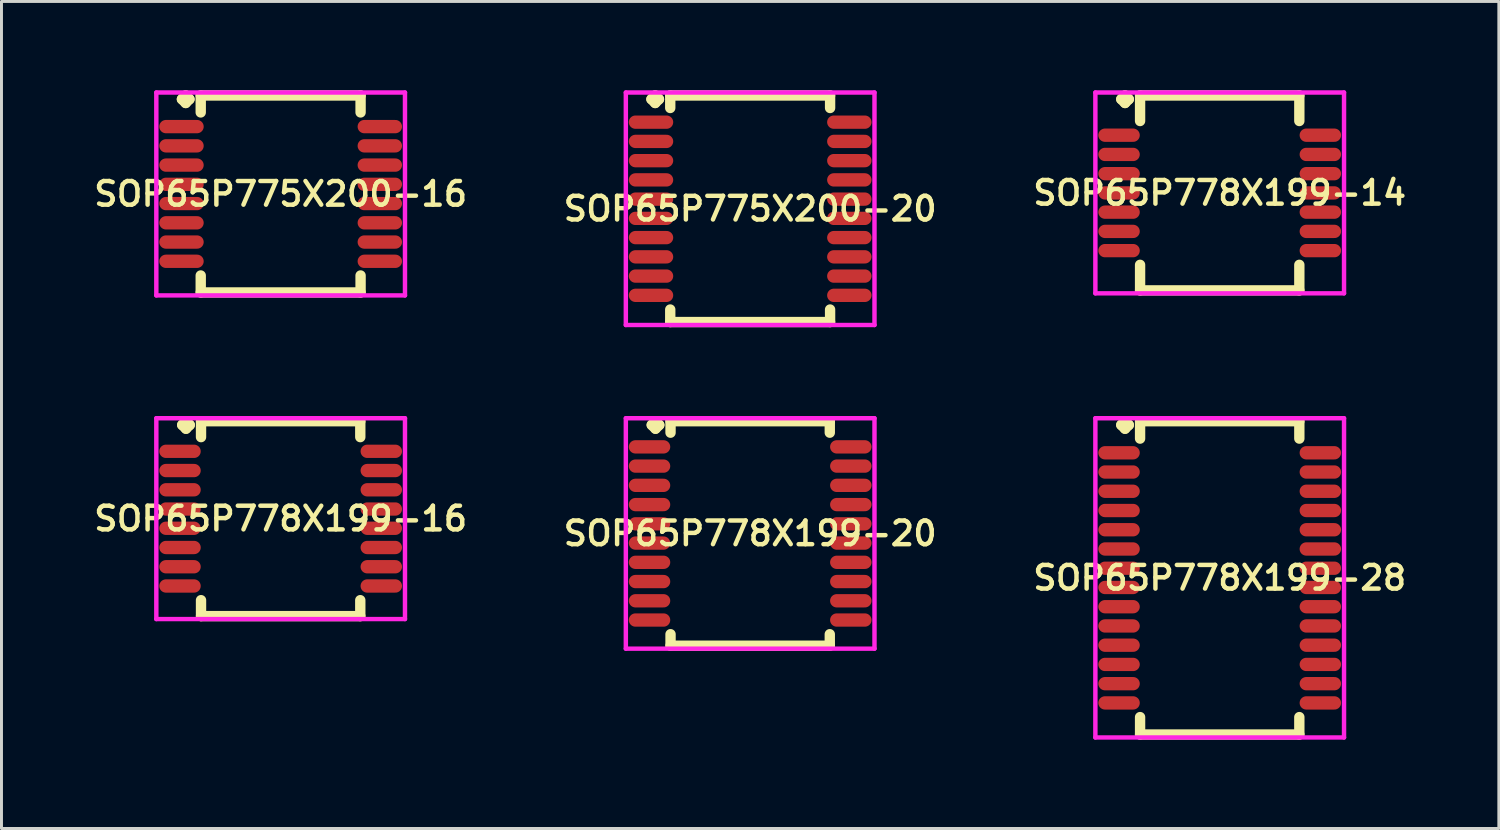
<source format=kicad_pcb>
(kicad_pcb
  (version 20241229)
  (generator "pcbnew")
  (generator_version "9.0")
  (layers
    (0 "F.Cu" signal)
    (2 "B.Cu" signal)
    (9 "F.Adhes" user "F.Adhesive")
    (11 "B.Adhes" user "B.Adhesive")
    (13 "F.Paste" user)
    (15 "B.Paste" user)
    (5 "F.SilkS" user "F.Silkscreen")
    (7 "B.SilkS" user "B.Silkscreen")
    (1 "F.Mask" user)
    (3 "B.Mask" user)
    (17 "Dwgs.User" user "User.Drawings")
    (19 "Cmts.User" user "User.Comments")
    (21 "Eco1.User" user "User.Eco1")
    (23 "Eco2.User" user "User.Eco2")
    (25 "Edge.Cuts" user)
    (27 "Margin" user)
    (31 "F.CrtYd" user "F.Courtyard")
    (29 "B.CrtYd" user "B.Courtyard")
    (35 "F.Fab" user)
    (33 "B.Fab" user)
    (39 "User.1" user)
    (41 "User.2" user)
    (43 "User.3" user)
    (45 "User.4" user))
  (footprint "SOP65P775X200-16"
    (layer "F.Cu")
    (at 6.431 3.502)
    (property "Reference" "SOP65P775X200-16" (at 0 0 0) (layer "F.SilkS") (effects (font (size 0.8 0.8) (thickness 0.15))))
    (attr smd)
    (fp_line (start -3.335 -3.2) (end -3.208 -3.327) (stroke (width 0.35) (type solid)) (layer "F.SilkS"))
    (fp_line (start -3.208 -3.327) (end -3.081 -3.2) (stroke (width 0.35) (type solid)) (layer "F.SilkS"))
    (fp_line (start -3.208 -3.073) (end -3.335 -3.2) (stroke (width 0.35) (type solid)) (layer "F.SilkS"))
    (fp_line (start -3.081 -3.2) (end -3.208 -3.073) (stroke (width 0.35) (type solid)) (layer "F.SilkS"))
    (fp_line (start -2.7 -3.327) (end 2.7 -3.327) (stroke (width 0.35) (type solid)) (layer "F.SilkS"))
    (fp_line (start -2.7 -2.754) (end -2.7 -3.327) (stroke (width 0.35) (type solid)) (layer "F.SilkS"))
    (fp_line (start -2.7 2.754) (end -2.7 3.327) (stroke (width 0.35) (type solid)) (layer "F.SilkS"))
    (fp_line (start -2.7 3.327) (end 2.7 3.327) (stroke (width 0.35) (type solid)) (layer "F.SilkS"))
    (fp_line (start 2.7 -3.327) (end 2.7 -2.754) (stroke (width 0.35) (type solid)) (layer "F.SilkS"))
    (fp_line (start 2.7 3.327) (end 2.7 2.754) (stroke (width 0.35) (type solid)) (layer "F.SilkS"))
    (fp_line (start -4.2 -3.427) (end 4.2 -3.427) (stroke (width 0.15) (type solid)) (layer "F.CrtYd"))
    (fp_line (start -4.2 3.427) (end -4.2 -3.427) (stroke (width 0.15) (type solid)) (layer "F.CrtYd"))
    (fp_line (start 4.2 -3.427) (end 4.2 3.427) (stroke (width 0.15) (type solid)) (layer "F.CrtYd"))
    (fp_line (start 4.2 3.427) (end -4.2 3.427) (stroke (width 0.15) (type solid)) (layer "F.CrtYd"))
    (pad "1" smd oval (at -3.35 -2.275) (size 1.5 0.45) (layers "F.Cu" "F.Mask" "F.Paste"))
    (pad "2" smd oval (at -3.35 -1.625) (size 1.5 0.45) (layers "F.Cu" "F.Mask" "F.Paste"))
    (pad "3" smd oval (at -3.35 -0.975) (size 1.5 0.45) (layers "F.Cu" "F.Mask" "F.Paste"))
    (pad "4" smd oval (at -3.35 -0.325) (size 1.5 0.45) (layers "F.Cu" "F.Mask" "F.Paste"))
    (pad "5" smd oval (at -3.35 0.325) (size 1.5 0.45) (layers "F.Cu" "F.Mask" "F.Paste"))
    (pad "6" smd oval (at -3.35 0.975) (size 1.5 0.45) (layers "F.Cu" "F.Mask" "F.Paste"))
    (pad "7" smd oval (at -3.35 1.625) (size 1.5 0.45) (layers "F.Cu" "F.Mask" "F.Paste"))
    (pad "8" smd oval (at -3.35 2.275) (size 1.5 0.45) (layers "F.Cu" "F.Mask" "F.Paste"))
    (pad "9" smd oval (at 3.35 2.275) (size 1.5 0.45) (layers "F.Cu" "F.Mask" "F.Paste"))
    (pad "10" smd oval (at 3.35 1.625) (size 1.5 0.45) (layers "F.Cu" "F.Mask" "F.Paste"))
    (pad "11" smd oval (at 3.35 0.975) (size 1.5 0.45) (layers "F.Cu" "F.Mask" "F.Paste"))
    (pad "12" smd oval (at 3.35 0.325) (size 1.5 0.45) (layers "F.Cu" "F.Mask" "F.Paste"))
    (pad "13" smd oval (at 3.35 -0.325) (size 1.5 0.45) (layers "F.Cu" "F.Mask" "F.Paste"))
    (pad "14" smd oval (at 3.35 -0.975) (size 1.5 0.45) (layers "F.Cu" "F.Mask" "F.Paste"))
    (pad "15" smd oval (at 3.35 -1.625) (size 1.5 0.45) (layers "F.Cu" "F.Mask" "F.Paste"))
    (pad "16" smd oval (at 3.35 -2.275) (size 1.5 0.45) (layers "F.Cu" "F.Mask" "F.Paste")))
  (footprint "SOP65P778X199-20"
    (layer "F.Cu")
    (at 22.292 14.971)
    (property "Reference" "SOP65P778X199-20" (at 0 0 0) (layer "F.SilkS") (effects (font (size 0.8 0.8) (thickness 0.15))))
    (attr smd)
    (fp_line (start -3.325 -3.665) (end -3.198 -3.792) (stroke (width 0.35) (type solid)) (layer "F.SilkS"))
    (fp_line (start -3.198 -3.792) (end -3.071 -3.665) (stroke (width 0.35) (type solid)) (layer "F.SilkS"))
    (fp_line (start -3.198 -3.538) (end -3.325 -3.665) (stroke (width 0.35) (type solid)) (layer "F.SilkS"))
    (fp_line (start -3.071 -3.665) (end -3.198 -3.538) (stroke (width 0.35) (type solid)) (layer "F.SilkS"))
    (fp_line (start -2.69 -3.792) (end 2.69 -3.792) (stroke (width 0.35) (type solid)) (layer "F.SilkS"))
    (fp_line (start -2.69 -3.404) (end -2.69 -3.792) (stroke (width 0.35) (type solid)) (layer "F.SilkS"))
    (fp_line (start -2.69 3.404) (end -2.69 3.792) (stroke (width 0.35) (type solid)) (layer "F.SilkS"))
    (fp_line (start -2.69 3.792) (end 2.69 3.792) (stroke (width 0.35) (type solid)) (layer "F.SilkS"))
    (fp_line (start 2.69 -3.792) (end 2.69 -3.404) (stroke (width 0.35) (type solid)) (layer "F.SilkS"))
    (fp_line (start 2.69 3.792) (end 2.69 3.404) (stroke (width 0.35) (type solid)) (layer "F.SilkS"))
    (fp_line (start -4.2 -3.892) (end 4.2 -3.892) (stroke (width 0.15) (type solid)) (layer "F.CrtYd"))
    (fp_line (start -4.2 3.892) (end -4.2 -3.892) (stroke (width 0.15) (type solid)) (layer "F.CrtYd"))
    (fp_line (start 4.2 -3.892) (end 4.2 3.892) (stroke (width 0.15) (type solid)) (layer "F.CrtYd"))
    (fp_line (start 4.2 3.892) (end -4.2 3.892) (stroke (width 0.15) (type solid)) (layer "F.CrtYd"))
    (pad "1" smd oval (at -3.4 -2.925) (size 1.4 0.45) (layers "F.Cu" "F.Mask" "F.Paste"))
    (pad "2" smd oval (at -3.4 -2.275) (size 1.4 0.45) (layers "F.Cu" "F.Mask" "F.Paste"))
    (pad "3" smd oval (at -3.4 -1.625) (size 1.4 0.45) (layers "F.Cu" "F.Mask" "F.Paste"))
    (pad "4" smd oval (at -3.4 -0.975) (size 1.4 0.45) (layers "F.Cu" "F.Mask" "F.Paste"))
    (pad "5" smd oval (at -3.4 -0.325) (size 1.4 0.45) (layers "F.Cu" "F.Mask" "F.Paste"))
    (pad "6" smd oval (at -3.4 0.325) (size 1.4 0.45) (layers "F.Cu" "F.Mask" "F.Paste"))
    (pad "7" smd oval (at -3.4 0.975) (size 1.4 0.45) (layers "F.Cu" "F.Mask" "F.Paste"))
    (pad "8" smd oval (at -3.4 1.625) (size 1.4 0.45) (layers "F.Cu" "F.Mask" "F.Paste"))
    (pad "9" smd oval (at -3.4 2.275) (size 1.4 0.45) (layers "F.Cu" "F.Mask" "F.Paste"))
    (pad "10" smd oval (at -3.4 2.925) (size 1.4 0.45) (layers "F.Cu" "F.Mask" "F.Paste"))
    (pad "11" smd oval (at 3.4 2.925) (size 1.4 0.45) (layers "F.Cu" "F.Mask" "F.Paste"))
    (pad "12" smd oval (at 3.4 2.275) (size 1.4 0.45) (layers "F.Cu" "F.Mask" "F.Paste"))
    (pad "13" smd oval (at 3.4 1.625) (size 1.4 0.45) (layers "F.Cu" "F.Mask" "F.Paste"))
    (pad "14" smd oval (at 3.4 0.975) (size 1.4 0.45) (layers "F.Cu" "F.Mask" "F.Paste"))
    (pad "15" smd oval (at 3.4 0.325) (size 1.4 0.45) (layers "F.Cu" "F.Mask" "F.Paste"))
    (pad "16" smd oval (at 3.4 -0.325) (size 1.4 0.45) (layers "F.Cu" "F.Mask" "F.Paste"))
    (pad "17" smd oval (at 3.4 -0.975) (size 1.4 0.45) (layers "F.Cu" "F.Mask" "F.Paste"))
    (pad "18" smd oval (at 3.4 -1.625) (size 1.4 0.45) (layers "F.Cu" "F.Mask" "F.Paste"))
    (pad "19" smd oval (at 3.4 -2.275) (size 1.4 0.45) (layers "F.Cu" "F.Mask" "F.Paste"))
    (pad "20" smd oval (at 3.4 -2.925) (size 1.4 0.45) (layers "F.Cu" "F.Mask" "F.Paste")))
  (footprint "SOP65P778X199-16"
    (layer "F.Cu")
    (at 6.431 14.471)
    (property "Reference" "SOP65P778X199-16" (at 0 0 0) (layer "F.SilkS") (effects (font (size 0.8 0.8) (thickness 0.15))))
    (attr smd)
    (fp_line (start -3.325 -3.165) (end -3.198 -3.292) (stroke (width 0.35) (type solid)) (layer "F.SilkS"))
    (fp_line (start -3.198 -3.292) (end -3.071 -3.165) (stroke (width 0.35) (type solid)) (layer "F.SilkS"))
    (fp_line (start -3.198 -3.038) (end -3.325 -3.165) (stroke (width 0.35) (type solid)) (layer "F.SilkS"))
    (fp_line (start -3.071 -3.165) (end -3.198 -3.038) (stroke (width 0.35) (type solid)) (layer "F.SilkS"))
    (fp_line (start -2.69 -3.292) (end 2.69 -3.292) (stroke (width 0.35) (type solid)) (layer "F.SilkS"))
    (fp_line (start -2.69 -2.754) (end -2.69 -3.292) (stroke (width 0.35) (type solid)) (layer "F.SilkS"))
    (fp_line (start -2.69 2.754) (end -2.69 3.292) (stroke (width 0.35) (type solid)) (layer "F.SilkS"))
    (fp_line (start -2.69 3.292) (end 2.69 3.292) (stroke (width 0.35) (type solid)) (layer "F.SilkS"))
    (fp_line (start 2.69 -3.292) (end 2.69 -2.754) (stroke (width 0.35) (type solid)) (layer "F.SilkS"))
    (fp_line (start 2.69 3.292) (end 2.69 2.754) (stroke (width 0.35) (type solid)) (layer "F.SilkS"))
    (fp_line (start -4.2 -3.392) (end 4.2 -3.392) (stroke (width 0.15) (type solid)) (layer "F.CrtYd"))
    (fp_line (start -4.2 3.392) (end -4.2 -3.392) (stroke (width 0.15) (type solid)) (layer "F.CrtYd"))
    (fp_line (start 4.2 -3.392) (end 4.2 3.392) (stroke (width 0.15) (type solid)) (layer "F.CrtYd"))
    (fp_line (start 4.2 3.392) (end -4.2 3.392) (stroke (width 0.15) (type solid)) (layer "F.CrtYd"))
    (pad "1" smd oval (at -3.4 -2.275) (size 1.4 0.45) (layers "F.Cu" "F.Mask" "F.Paste"))
    (pad "2" smd oval (at -3.4 -1.625) (size 1.4 0.45) (layers "F.Cu" "F.Mask" "F.Paste"))
    (pad "3" smd oval (at -3.4 -0.975) (size 1.4 0.45) (layers "F.Cu" "F.Mask" "F.Paste"))
    (pad "4" smd oval (at -3.4 -0.325) (size 1.4 0.45) (layers "F.Cu" "F.Mask" "F.Paste"))
    (pad "5" smd oval (at -3.4 0.325) (size 1.4 0.45) (layers "F.Cu" "F.Mask" "F.Paste"))
    (pad "6" smd oval (at -3.4 0.975) (size 1.4 0.45) (layers "F.Cu" "F.Mask" "F.Paste"))
    (pad "7" smd oval (at -3.4 1.625) (size 1.4 0.45) (layers "F.Cu" "F.Mask" "F.Paste"))
    (pad "8" smd oval (at -3.4 2.275) (size 1.4 0.45) (layers "F.Cu" "F.Mask" "F.Paste"))
    (pad "9" smd oval (at 3.4 2.275) (size 1.4 0.45) (layers "F.Cu" "F.Mask" "F.Paste"))
    (pad "10" smd oval (at 3.4 1.625) (size 1.4 0.45) (layers "F.Cu" "F.Mask" "F.Paste"))
    (pad "11" smd oval (at 3.4 0.975) (size 1.4 0.45) (layers "F.Cu" "F.Mask" "F.Paste"))
    (pad "12" smd oval (at 3.4 0.325) (size 1.4 0.45) (layers "F.Cu" "F.Mask" "F.Paste"))
    (pad "13" smd oval (at 3.4 -0.325) (size 1.4 0.45) (layers "F.Cu" "F.Mask" "F.Paste"))
    (pad "14" smd oval (at 3.4 -0.975) (size 1.4 0.45) (layers "F.Cu" "F.Mask" "F.Paste"))
    (pad "15" smd oval (at 3.4 -1.625) (size 1.4 0.45) (layers "F.Cu" "F.Mask" "F.Paste"))
    (pad "16" smd oval (at 3.4 -2.275) (size 1.4 0.45) (layers "F.Cu" "F.Mask" "F.Paste")))
  (footprint "SOP65P775X200-20"
    (layer "F.Cu")
    (at 22.292 4.002)
    (property "Reference" "SOP65P775X200-20" (at 0 0 0) (layer "F.SilkS") (effects (font (size 0.8 0.8) (thickness 0.15))))
    (attr smd)
    (fp_line (start -3.335 -3.7) (end -3.208 -3.827) (stroke (width 0.35) (type solid)) (layer "F.SilkS"))
    (fp_line (start -3.208 -3.827) (end -3.081 -3.7) (stroke (width 0.35) (type solid)) (layer "F.SilkS"))
    (fp_line (start -3.208 -3.573) (end -3.335 -3.7) (stroke (width 0.35) (type solid)) (layer "F.SilkS"))
    (fp_line (start -3.081 -3.7) (end -3.208 -3.573) (stroke (width 0.35) (type solid)) (layer "F.SilkS"))
    (fp_line (start -2.7 -3.827) (end 2.7 -3.827) (stroke (width 0.35) (type solid)) (layer "F.SilkS"))
    (fp_line (start -2.7 -3.404) (end -2.7 -3.827) (stroke (width 0.35) (type solid)) (layer "F.SilkS"))
    (fp_line (start -2.7 3.404) (end -2.7 3.827) (stroke (width 0.35) (type solid)) (layer "F.SilkS"))
    (fp_line (start -2.7 3.827) (end 2.7 3.827) (stroke (width 0.35) (type solid)) (layer "F.SilkS"))
    (fp_line (start 2.7 -3.827) (end 2.7 -3.404) (stroke (width 0.35) (type solid)) (layer "F.SilkS"))
    (fp_line (start 2.7 3.827) (end 2.7 3.404) (stroke (width 0.35) (type solid)) (layer "F.SilkS"))
    (fp_line (start -4.2 -3.927) (end 4.2 -3.927) (stroke (width 0.15) (type solid)) (layer "F.CrtYd"))
    (fp_line (start -4.2 3.927) (end -4.2 -3.927) (stroke (width 0.15) (type solid)) (layer "F.CrtYd"))
    (fp_line (start 4.2 -3.927) (end 4.2 3.927) (stroke (width 0.15) (type solid)) (layer "F.CrtYd"))
    (fp_line (start 4.2 3.927) (end -4.2 3.927) (stroke (width 0.15) (type solid)) (layer "F.CrtYd"))
    (pad "1" smd oval (at -3.35 -2.925) (size 1.5 0.45) (layers "F.Cu" "F.Mask" "F.Paste"))
    (pad "2" smd oval (at -3.35 -2.275) (size 1.5 0.45) (layers "F.Cu" "F.Mask" "F.Paste"))
    (pad "3" smd oval (at -3.35 -1.625) (size 1.5 0.45) (layers "F.Cu" "F.Mask" "F.Paste"))
    (pad "4" smd oval (at -3.35 -0.975) (size 1.5 0.45) (layers "F.Cu" "F.Mask" "F.Paste"))
    (pad "5" smd oval (at -3.35 -0.325) (size 1.5 0.45) (layers "F.Cu" "F.Mask" "F.Paste"))
    (pad "6" smd oval (at -3.35 0.325) (size 1.5 0.45) (layers "F.Cu" "F.Mask" "F.Paste"))
    (pad "7" smd oval (at -3.35 0.975) (size 1.5 0.45) (layers "F.Cu" "F.Mask" "F.Paste"))
    (pad "8" smd oval (at -3.35 1.625) (size 1.5 0.45) (layers "F.Cu" "F.Mask" "F.Paste"))
    (pad "9" smd oval (at -3.35 2.275) (size 1.5 0.45) (layers "F.Cu" "F.Mask" "F.Paste"))
    (pad "10" smd oval (at -3.35 2.925) (size 1.5 0.45) (layers "F.Cu" "F.Mask" "F.Paste"))
    (pad "11" smd oval (at 3.35 2.925) (size 1.5 0.45) (layers "F.Cu" "F.Mask" "F.Paste"))
    (pad "12" smd oval (at 3.35 2.275) (size 1.5 0.45) (layers "F.Cu" "F.Mask" "F.Paste"))
    (pad "13" smd oval (at 3.35 1.625) (size 1.5 0.45) (layers "F.Cu" "F.Mask" "F.Paste"))
    (pad "14" smd oval (at 3.35 0.975) (size 1.5 0.45) (layers "F.Cu" "F.Mask" "F.Paste"))
    (pad "15" smd oval (at 3.35 0.325) (size 1.5 0.45) (layers "F.Cu" "F.Mask" "F.Paste"))
    (pad "16" smd oval (at 3.35 -0.325) (size 1.5 0.45) (layers "F.Cu" "F.Mask" "F.Paste"))
    (pad "17" smd oval (at 3.35 -0.975) (size 1.5 0.45) (layers "F.Cu" "F.Mask" "F.Paste"))
    (pad "18" smd oval (at 3.35 -1.625) (size 1.5 0.45) (layers "F.Cu" "F.Mask" "F.Paste"))
    (pad "19" smd oval (at 3.35 -2.275) (size 1.5 0.45) (layers "F.Cu" "F.Mask" "F.Paste"))
    (pad "20" smd oval (at 3.35 -2.925) (size 1.5 0.45) (layers "F.Cu" "F.Mask" "F.Paste")))
  (footprint "SOP65P778X199-28"
    (layer "F.Cu")
    (at 38.154 16.471)
    (property "Reference" "SOP65P778X199-28" (at 0 0 0) (layer "F.SilkS") (effects (font (size 0.8 0.8) (thickness 0.15))))
    (attr smd)
    (fp_line (start -3.325 -5.165) (end -3.198 -5.292) (stroke (width 0.35) (type solid)) (layer "F.SilkS"))
    (fp_line (start -3.198 -5.292) (end -3.071 -5.165) (stroke (width 0.35) (type solid)) (layer "F.SilkS"))
    (fp_line (start -3.198 -5.038) (end -3.325 -5.165) (stroke (width 0.35) (type solid)) (layer "F.SilkS"))
    (fp_line (start -3.071 -5.165) (end -3.198 -5.038) (stroke (width 0.35) (type solid)) (layer "F.SilkS"))
    (fp_line (start -2.69 -5.292) (end 2.69 -5.292) (stroke (width 0.35) (type solid)) (layer "F.SilkS"))
    (fp_line (start -2.69 -4.704) (end -2.69 -5.292) (stroke (width 0.35) (type solid)) (layer "F.SilkS"))
    (fp_line (start -2.69 4.704) (end -2.69 5.292) (stroke (width 0.35) (type solid)) (layer "F.SilkS"))
    (fp_line (start -2.69 5.292) (end 2.69 5.292) (stroke (width 0.35) (type solid)) (layer "F.SilkS"))
    (fp_line (start 2.69 -5.292) (end 2.69 -4.704) (stroke (width 0.35) (type solid)) (layer "F.SilkS"))
    (fp_line (start 2.69 5.292) (end 2.69 4.704) (stroke (width 0.35) (type solid)) (layer "F.SilkS"))
    (fp_line (start -4.2 -5.392) (end 4.2 -5.392) (stroke (width 0.15) (type solid)) (layer "F.CrtYd"))
    (fp_line (start -4.2 5.392) (end -4.2 -5.392) (stroke (width 0.15) (type solid)) (layer "F.CrtYd"))
    (fp_line (start 4.2 -5.392) (end 4.2 5.392) (stroke (width 0.15) (type solid)) (layer "F.CrtYd"))
    (fp_line (start 4.2 5.392) (end -4.2 5.392) (stroke (width 0.15) (type solid)) (layer "F.CrtYd"))
    (pad "1" smd oval (at -3.4 -4.225) (size 1.4 0.45) (layers "F.Cu" "F.Mask" "F.Paste"))
    (pad "2" smd oval (at -3.4 -3.575) (size 1.4 0.45) (layers "F.Cu" "F.Mask" "F.Paste"))
    (pad "3" smd oval (at -3.4 -2.925) (size 1.4 0.45) (layers "F.Cu" "F.Mask" "F.Paste"))
    (pad "4" smd oval (at -3.4 -2.275) (size 1.4 0.45) (layers "F.Cu" "F.Mask" "F.Paste"))
    (pad "5" smd oval (at -3.4 -1.625) (size 1.4 0.45) (layers "F.Cu" "F.Mask" "F.Paste"))
    (pad "6" smd oval (at -3.4 -0.975) (size 1.4 0.45) (layers "F.Cu" "F.Mask" "F.Paste"))
    (pad "7" smd oval (at -3.4 -0.325) (size 1.4 0.45) (layers "F.Cu" "F.Mask" "F.Paste"))
    (pad "8" smd oval (at -3.4 0.325) (size 1.4 0.45) (layers "F.Cu" "F.Mask" "F.Paste"))
    (pad "9" smd oval (at -3.4 0.975) (size 1.4 0.45) (layers "F.Cu" "F.Mask" "F.Paste"))
    (pad "10" smd oval (at -3.4 1.625) (size 1.4 0.45) (layers "F.Cu" "F.Mask" "F.Paste"))
    (pad "11" smd oval (at -3.4 2.275) (size 1.4 0.45) (layers "F.Cu" "F.Mask" "F.Paste"))
    (pad "12" smd oval (at -3.4 2.925) (size 1.4 0.45) (layers "F.Cu" "F.Mask" "F.Paste"))
    (pad "13" smd oval (at -3.4 3.575) (size 1.4 0.45) (layers "F.Cu" "F.Mask" "F.Paste"))
    (pad "14" smd oval (at -3.4 4.225) (size 1.4 0.45) (layers "F.Cu" "F.Mask" "F.Paste"))
    (pad "15" smd oval (at 3.4 4.225) (size 1.4 0.45) (layers "F.Cu" "F.Mask" "F.Paste"))
    (pad "16" smd oval (at 3.4 3.575) (size 1.4 0.45) (layers "F.Cu" "F.Mask" "F.Paste"))
    (pad "17" smd oval (at 3.4 2.925) (size 1.4 0.45) (layers "F.Cu" "F.Mask" "F.Paste"))
    (pad "18" smd oval (at 3.4 2.275) (size 1.4 0.45) (layers "F.Cu" "F.Mask" "F.Paste"))
    (pad "19" smd oval (at 3.4 1.625) (size 1.4 0.45) (layers "F.Cu" "F.Mask" "F.Paste"))
    (pad "20" smd oval (at 3.4 0.975) (size 1.4 0.45) (layers "F.Cu" "F.Mask" "F.Paste"))
    (pad "21" smd oval (at 3.4 0.325) (size 1.4 0.45) (layers "F.Cu" "F.Mask" "F.Paste"))
    (pad "22" smd oval (at 3.4 -0.325) (size 1.4 0.45) (layers "F.Cu" "F.Mask" "F.Paste"))
    (pad "23" smd oval (at 3.4 -0.975) (size 1.4 0.45) (layers "F.Cu" "F.Mask" "F.Paste"))
    (pad "24" smd oval (at 3.4 -1.625) (size 1.4 0.45) (layers "F.Cu" "F.Mask" "F.Paste"))
    (pad "25" smd oval (at 3.4 -2.275) (size 1.4 0.45) (layers "F.Cu" "F.Mask" "F.Paste"))
    (pad "26" smd oval (at 3.4 -2.925) (size 1.4 0.45) (layers "F.Cu" "F.Mask" "F.Paste"))
    (pad "27" smd oval (at 3.4 -3.575) (size 1.4 0.45) (layers "F.Cu" "F.Mask" "F.Paste"))
    (pad "28" smd oval (at 3.4 -4.225) (size 1.4 0.45) (layers "F.Cu" "F.Mask" "F.Paste")))
  (footprint "SOP65P778X199-14"
    (layer "F.Cu")
    (at 38.154 3.467)
    (property "Reference" "SOP65P778X199-14" (at 0 0 0) (layer "F.SilkS") (effects (font (size 0.8 0.8) (thickness 0.15))))
    (attr smd)
    (fp_line (start -3.325 -3.165) (end -3.198 -3.292) (stroke (width 0.35) (type solid)) (layer "F.SilkS"))
    (fp_line (start -3.198 -3.292) (end -3.071 -3.165) (stroke (width 0.35) (type solid)) (layer "F.SilkS"))
    (fp_line (start -3.198 -3.038) (end -3.325 -3.165) (stroke (width 0.35) (type solid)) (layer "F.SilkS"))
    (fp_line (start -3.071 -3.165) (end -3.198 -3.038) (stroke (width 0.35) (type solid)) (layer "F.SilkS"))
    (fp_line (start -2.69 -3.292) (end 2.69 -3.292) (stroke (width 0.35) (type solid)) (layer "F.SilkS"))
    (fp_line (start -2.69 -2.429) (end -2.69 -3.292) (stroke (width 0.35) (type solid)) (layer "F.SilkS"))
    (fp_line (start -2.69 2.429) (end -2.69 3.292) (stroke (width 0.35) (type solid)) (layer "F.SilkS"))
    (fp_line (start -2.69 3.292) (end 2.69 3.292) (stroke (width 0.35) (type solid)) (layer "F.SilkS"))
    (fp_line (start 2.69 -3.292) (end 2.69 -2.429) (stroke (width 0.35) (type solid)) (layer "F.SilkS"))
    (fp_line (start 2.69 3.292) (end 2.69 2.429) (stroke (width 0.35) (type solid)) (layer "F.SilkS"))
    (fp_line (start -4.2 -3.392) (end 4.2 -3.392) (stroke (width 0.15) (type solid)) (layer "F.CrtYd"))
    (fp_line (start -4.2 3.392) (end -4.2 -3.392) (stroke (width 0.15) (type solid)) (layer "F.CrtYd"))
    (fp_line (start 4.2 -3.392) (end 4.2 3.392) (stroke (width 0.15) (type solid)) (layer "F.CrtYd"))
    (fp_line (start 4.2 3.392) (end -4.2 3.392) (stroke (width 0.15) (type solid)) (layer "F.CrtYd"))
    (pad "1" smd oval (at -3.4 -1.95) (size 1.4 0.45) (layers "F.Cu" "F.Mask" "F.Paste"))
    (pad "2" smd oval (at -3.4 -1.3) (size 1.4 0.45) (layers "F.Cu" "F.Mask" "F.Paste"))
    (pad "3" smd oval (at -3.4 -0.65) (size 1.4 0.45) (layers "F.Cu" "F.Mask" "F.Paste"))
    (pad "4" smd oval (at -3.4 0) (size 1.4 0.45) (layers "F.Cu" "F.Mask" "F.Paste"))
    (pad "5" smd oval (at -3.4 0.65) (size 1.4 0.45) (layers "F.Cu" "F.Mask" "F.Paste"))
    (pad "6" smd oval (at -3.4 1.3) (size 1.4 0.45) (layers "F.Cu" "F.Mask" "F.Paste"))
    (pad "7" smd oval (at -3.4 1.95) (size 1.4 0.45) (layers "F.Cu" "F.Mask" "F.Paste"))
    (pad "8" smd oval (at 3.4 1.95) (size 1.4 0.45) (layers "F.Cu" "F.Mask" "F.Paste"))
    (pad "9" smd oval (at 3.4 1.3) (size 1.4 0.45) (layers "F.Cu" "F.Mask" "F.Paste"))
    (pad "10" smd oval (at 3.4 0.65) (size 1.4 0.45) (layers "F.Cu" "F.Mask" "F.Paste"))
    (pad "11" smd oval (at 3.4 0) (size 1.4 0.45) (layers "F.Cu" "F.Mask" "F.Paste"))
    (pad "12" smd oval (at 3.4 -0.65) (size 1.4 0.45) (layers "F.Cu" "F.Mask" "F.Paste"))
    (pad "13" smd oval (at 3.4 -1.3) (size 1.4 0.45) (layers "F.Cu" "F.Mask" "F.Paste"))
    (pad "14" smd oval (at 3.4 -1.95) (size 1.4 0.45) (layers "F.Cu" "F.Mask" "F.Paste")))
  (gr_rect
    (start -3 -3)
    (end 47.584 24.938)
    (stroke (width 0.1) (type default))
    (fill no)
    (layer "Edge.Cuts")))
</source>
